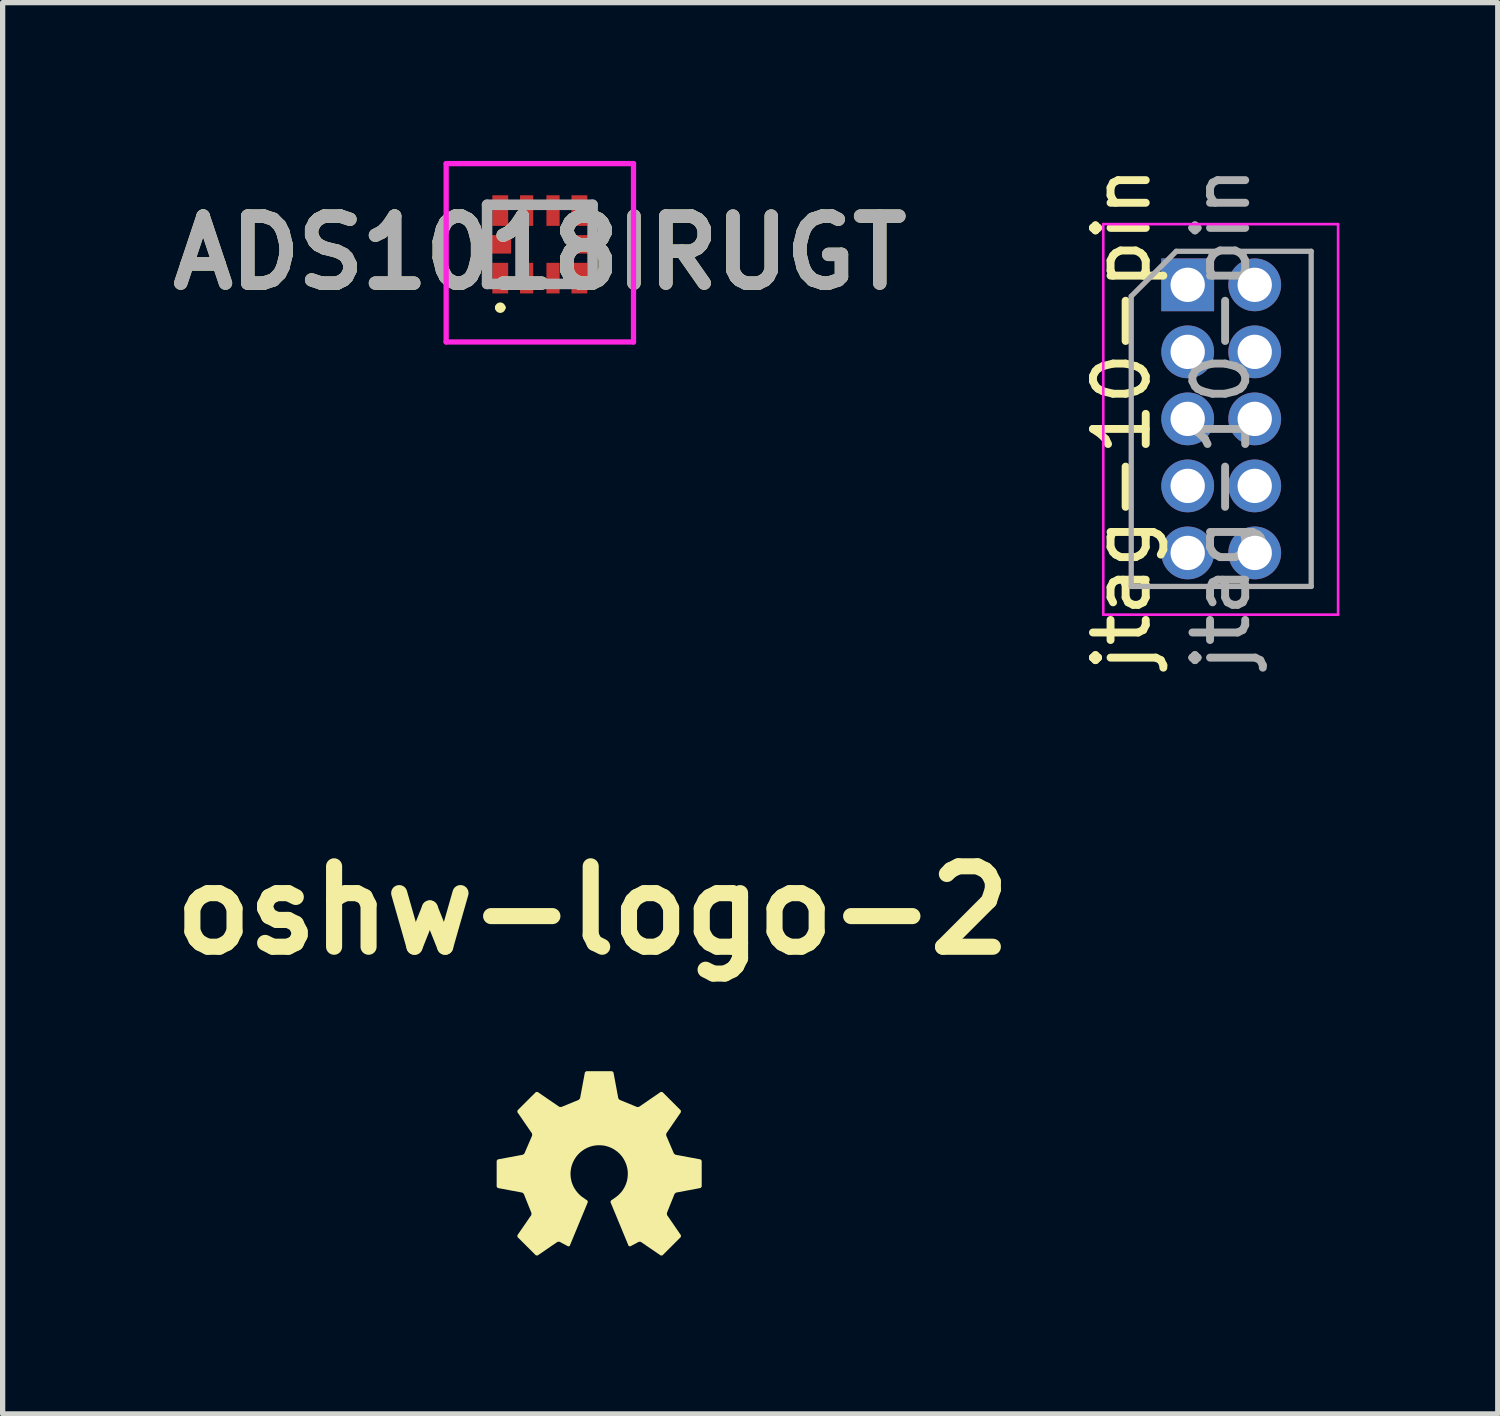
<source format=kicad_pcb>
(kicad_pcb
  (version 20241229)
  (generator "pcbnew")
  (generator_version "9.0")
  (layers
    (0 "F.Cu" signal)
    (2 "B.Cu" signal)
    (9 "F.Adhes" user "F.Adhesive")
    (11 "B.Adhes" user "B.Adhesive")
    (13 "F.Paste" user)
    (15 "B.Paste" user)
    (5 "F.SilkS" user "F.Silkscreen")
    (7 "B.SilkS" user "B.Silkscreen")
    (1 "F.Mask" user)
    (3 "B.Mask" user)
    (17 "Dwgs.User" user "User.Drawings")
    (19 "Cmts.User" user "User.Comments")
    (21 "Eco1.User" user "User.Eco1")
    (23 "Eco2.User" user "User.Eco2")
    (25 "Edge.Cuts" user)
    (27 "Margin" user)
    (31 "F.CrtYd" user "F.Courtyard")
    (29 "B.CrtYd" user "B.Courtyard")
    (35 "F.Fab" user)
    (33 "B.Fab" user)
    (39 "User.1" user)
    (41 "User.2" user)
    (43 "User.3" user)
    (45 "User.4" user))
  (footprint "jtag-10-pin"
    (layer "F.Cu")
    (at 19.455 2.347)
    (property "Reference" "jtag-10-pin" (at -1.25 2.54 90) (layer "F.SilkS") (effects (font (size 1 1) (thickness 0.15))))
    (attr through_hole)
    (fp_line (start -1.6 -1.15) (end -1.6 6.25) (stroke (width 0.05) (type solid)) (layer "F.CrtYd"))
    (fp_line (start -1.6 6.25) (end 2.85 6.25) (stroke (width 0.05) (type solid)) (layer "F.CrtYd"))
    (fp_line (start 2.85 -1.15) (end -1.6 -1.15) (stroke (width 0.05) (type solid)) (layer "F.CrtYd"))
    (fp_line (start 2.85 6.25) (end 2.85 -1.15) (stroke (width 0.05) (type solid)) (layer "F.CrtYd"))
    (fp_line (start -1.07 0.217) (end -0.217 -0.635) (stroke (width 0.1) (type solid)) (layer "F.Fab"))
    (fp_line (start -1.07 5.715) (end -1.07 0.217) (stroke (width 0.1) (type solid)) (layer "F.Fab"))
    (fp_line (start -0.217 -0.635) (end 2.34 -0.635) (stroke (width 0.1) (type solid)) (layer "F.Fab"))
    (fp_line (start 2.34 -0.635) (end 2.34 5.715) (stroke (width 0.1) (type solid)) (layer "F.Fab"))
    (fp_line (start 2.34 5.715) (end -1.07 5.715) (stroke (width 0.1) (type solid)) (layer "F.Fab"))
    (fp_text user "${REFERENCE}" (at 0.635 2.54 90) (layer "F.Fab") (effects (font (size 1 1) (thickness 0.15))))
    (pad "1" thru_hole rect (at 0 0) (size 1 1) (drill 0.65) (layers "*.Cu" "*.Mask"))
    (pad "2" thru_hole oval (at 1.27 0) (size 1 1) (drill 0.65) (layers "*.Cu" "*.Mask"))
    (pad "3" thru_hole oval (at 0 1.27) (size 1 1) (drill 0.65) (layers "*.Cu" "*.Mask"))
    (pad "4" thru_hole oval (at 1.27 1.27) (size 1 1) (drill 0.65) (layers "*.Cu" "*.Mask"))
    (pad "5" thru_hole oval (at 0 2.54) (size 1 1) (drill 0.65) (layers "*.Cu" "*.Mask"))
    (pad "6" thru_hole oval (at 1.27 2.54) (size 1 1) (drill 0.65) (layers "*.Cu" "*.Mask"))
    (pad "7" thru_hole oval (at 0 3.81) (size 1 1) (drill 0.65) (layers "*.Cu" "*.Mask"))
    (pad "8" thru_hole oval (at 1.27 3.81) (size 1 1) (drill 0.65) (layers "*.Cu" "*.Mask"))
    (pad "9" thru_hole oval (at 0 5.08) (size 1 1) (drill 0.65) (layers "*.Cu" "*.Mask"))
    (pad "10" thru_hole oval (at 1.27 5.08) (size 1 1) (drill 0.65) (layers "*.Cu" "*.Mask")))
  (footprint "ADS1018IRUGT"
    (layer "F.Cu")
    (at 7.179 1.58)
    (property "Reference" "ADS1018IRUGT" (at 0 0.16 0) (layer "F.SilkS") (effects (font (size 1.27 1.27) (thickness 0.254))))
    (attr smd)
    (fp_line (start -0.8 1.2) (end -0.8 1.2) (stroke (width 0.1) (type solid)) (layer "F.SilkS"))
    (fp_line (start -0.7 1.2) (end -0.7 1.2) (stroke (width 0.1) (type solid)) (layer "F.SilkS"))
    (fp_arc (start -0.8 1.2) (mid -0.75 1.15) (end -0.7 1.2) (stroke (width 0.1) (type solid)) (layer "F.SilkS"))
    (fp_arc (start -0.7 1.2) (mid -0.75 1.25) (end -0.8 1.2) (stroke (width 0.1) (type solid)) (layer "F.SilkS"))
    (fp_line (start -1.775 -1.53) (end 1.775 -1.53) (stroke (width 0.1) (type solid)) (layer "F.CrtYd"))
    (fp_line (start -1.775 1.85) (end -1.775 -1.53) (stroke (width 0.1) (type solid)) (layer "F.CrtYd"))
    (fp_line (start 1.775 -1.53) (end 1.775 1.85) (stroke (width 0.1) (type solid)) (layer "F.CrtYd"))
    (fp_line (start 1.775 1.85) (end -1.775 1.85) (stroke (width 0.1) (type solid)) (layer "F.CrtYd"))
    (fp_line (start -1 -0.75) (end 1 -0.75) (stroke (width 0.2) (type solid)) (layer "F.Fab"))
    (fp_line (start -1 0.75) (end -1 -0.75) (stroke (width 0.2) (type solid)) (layer "F.Fab"))
    (fp_line (start 1 -0.75) (end 1 0.75) (stroke (width 0.2) (type solid)) (layer "F.Fab"))
    (fp_line (start 1 0.75) (end -1 0.75) (stroke (width 0.2) (type solid)) (layer "F.Fab"))
    (fp_text user "${REFERENCE}" (at 0 0.16 0) (layer "F.Fab") (effects (font (size 1.27 1.27) (thickness 0.254))))
    (pad "1" smd rect (at -0.75 0.64) (size 0.3 0.58) (layers "F.Cu" "F.Mask" "F.Paste"))
    (pad "2" smd rect (at -0.25 0.64) (size 0.25 0.58) (layers "F.Cu" "F.Mask" "F.Paste"))
    (pad "3" smd rect (at 0.25 0.64) (size 0.25 0.58) (layers "F.Cu" "F.Mask" "F.Paste"))
    (pad "4" smd rect (at 0.75 0.64) (size 0.3 0.58) (layers "F.Cu" "F.Mask" "F.Paste"))
    (pad "5" smd rect (at 0.86 0 90) (size 0.35 0.63) (layers "F.Cu" "F.Mask" "F.Paste"))
    (pad "6" smd rect (at 0.75 -0.64) (size 0.3 0.58) (layers "F.Cu" "F.Mask" "F.Paste"))
    (pad "7" smd rect (at 0.25 -0.64) (size 0.25 0.58) (layers "F.Cu" "F.Mask" "F.Paste"))
    (pad "8" smd rect (at -0.25 -0.64) (size 0.25 0.58) (layers "F.Cu" "F.Mask" "F.Paste"))
    (pad "9" smd rect (at -0.75 -0.64) (size 0.3 0.58) (layers "F.Cu" "F.Mask" "F.Paste"))
    (pad "10" smd rect (at -0.86 0 90) (size 0.35 0.63) (layers "F.Cu" "F.Mask" "F.Paste")))
  (footprint "oshw-logo-2"
    (layer "F.Cu")
    (at 8.179 20.081)
    (property "Reference" "oshw-logo-2" (at 0 -5.881 0) (layer "F.SilkS") (effects (font (size 1.524 1.524) (thickness 0.305))))
    (attr smd)
    (fp_poly (pts (xy 2.046 -1.162) (xy 1.569 -1.251) (xy 1.54 -1.275) (xy 1.394 -1.616) (xy 1.396 -1.653) (xy 1.674 -2.058) (xy 1.671 -2.091) (xy 1.324 -2.438) (xy 1.291 -2.441) (xy 0.879 -2.158) (xy 0.842 -2.155) (xy 0.511 -2.291) (xy 0.487 -2.319) (xy 0.395 -2.812) (xy 0.37 -2.833) (xy -0.121 -2.833) (xy -0.146 -2.812) (xy -0.238 -2.319) (xy -0.263 -2.291) (xy -0.593 -2.155) (xy -0.63 -2.158) (xy -1.043 -2.441) (xy -1.075 -2.438) (xy -1.423 -2.091) (xy -1.426 -2.058) (xy -1.148 -1.653) (xy -1.145 -1.616) (xy -1.292 -1.275) (xy -1.32 -1.251) (xy -1.797 -1.162) (xy -1.818 -1.136) (xy -1.818 -0.645) (xy -1.797 -0.62) (xy -1.332 -0.533) (xy -1.304 -0.509) (xy -1.159 -0.146) (xy -1.161 -0.109) (xy -1.426 0.276) (xy -1.423 0.309) (xy -1.075 0.656) (xy -1.043 0.659) (xy -0.664 0.399) (xy -0.628 0.398) (xy -0.461 0.487) (xy -0.434 0.477) (xy -0.09 -0.354) (xy -0.1 -0.385) (xy -0.142 -0.411) (xy -0.168 -0.431) (xy -0.202 -0.454) (xy -0.234 -0.48) (xy -0.264 -0.509) (xy -0.291 -0.539) (xy -0.316 -0.571) (xy -0.339 -0.606) (xy -0.36 -0.642) (xy -0.377 -0.68) (xy -0.392 -0.719) (xy -0.403 -0.759) (xy -0.412 -0.801) (xy -0.417 -0.844) (xy -0.419 -0.888) (xy -0.417 -0.931) (xy -0.412 -0.972) (xy -0.404 -1.013) (xy -0.393 -1.052) (xy -0.38 -1.09) (xy -0.363 -1.127) (xy -0.344 -1.162) (xy -0.323 -1.196) (xy -0.299 -1.228) (xy -0.273 -1.258) (xy -0.245 -1.286) (xy -0.215 -1.312) (xy -0.183 -1.335) (xy -0.15 -1.357) (xy -0.114 -1.376) (xy -0.078 -1.392) (xy -0.04 -1.406) (xy -0.000125 -1.417) (xy 0.04 -1.425) (xy 0.082 -1.429) (xy 0.124 -1.431) (xy 0.167 -1.429) (xy 0.208 -1.425) (xy 0.249 -1.417) (xy 0.288 -1.406) (xy 0.326 -1.392) (xy 0.363 -1.376) (xy 0.398 -1.357) (xy 0.432 -1.335) (xy 0.464 -1.312) (xy 0.494 -1.286) (xy 0.522 -1.258) (xy 0.548 -1.228) (xy 0.572 -1.196) (xy 0.593 -1.162) (xy 0.612 -1.127) (xy 0.628 -1.09) (xy 0.642 -1.052) (xy 0.653 -1.013) (xy 0.661 -0.972) (xy 0.666 -0.931) (xy 0.667 -0.888) (xy 0.665 -0.844) (xy 0.66 -0.801) (xy 0.652 -0.759) (xy 0.64 -0.719) (xy 0.626 -0.68) (xy 0.608 -0.642) (xy 0.588 -0.606) (xy 0.565 -0.571) (xy 0.54 -0.539) (xy 0.512 -0.509) (xy 0.482 -0.48) (xy 0.45 -0.454) (xy 0.417 -0.431) (xy 0.39 -0.411) (xy 0.349 -0.385) (xy 0.338 -0.354) (xy 0.682 0.477) (xy 0.71 0.487) (xy 0.877 0.398) (xy 0.913 0.4) (xy 1.291 0.659) (xy 1.324 0.656) (xy 1.671 0.309) (xy 1.674 0.276) (xy 1.41 -0.109) (xy 1.407 -0.146) (xy 1.553 -0.509) (xy 1.58 -0.533) (xy 2.045 -0.62) (xy 2.067 -0.645) (xy 2.067 -1.136) (xy 2.046 -1.162)) (stroke (width 0) (type solid)) (fill yes) (layer "F.SilkS")))
  (gr_rect
    (start -3 -3)
    (end 25.33 23.741)
    (stroke (width 0.1) (type default))
    (fill no)
    (layer "Edge.Cuts")))
</source>
